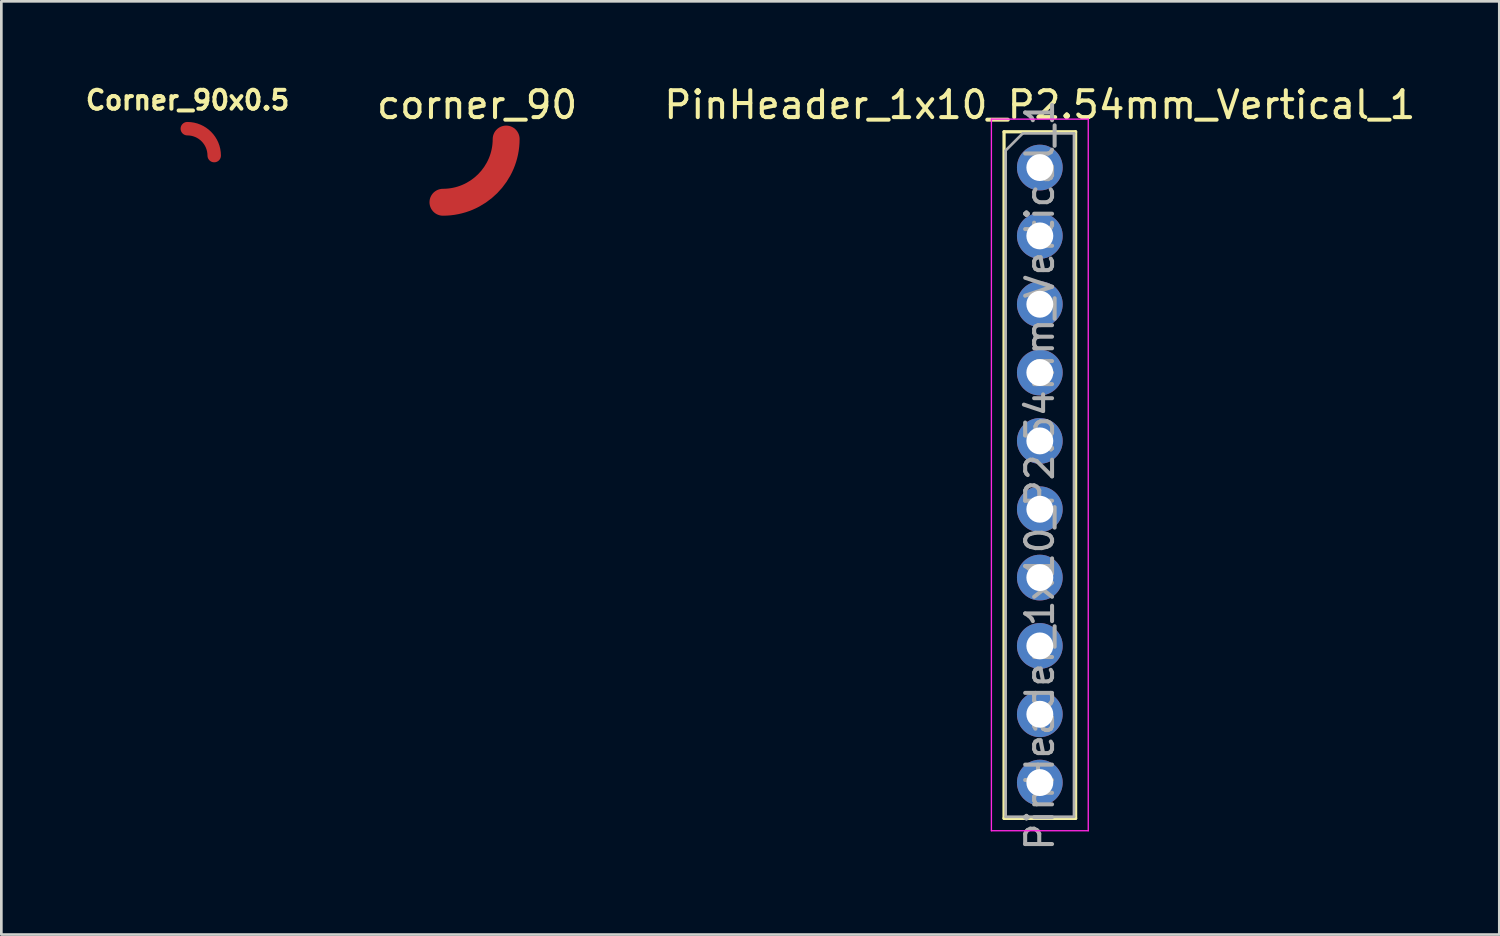
<source format=kicad_pcb>
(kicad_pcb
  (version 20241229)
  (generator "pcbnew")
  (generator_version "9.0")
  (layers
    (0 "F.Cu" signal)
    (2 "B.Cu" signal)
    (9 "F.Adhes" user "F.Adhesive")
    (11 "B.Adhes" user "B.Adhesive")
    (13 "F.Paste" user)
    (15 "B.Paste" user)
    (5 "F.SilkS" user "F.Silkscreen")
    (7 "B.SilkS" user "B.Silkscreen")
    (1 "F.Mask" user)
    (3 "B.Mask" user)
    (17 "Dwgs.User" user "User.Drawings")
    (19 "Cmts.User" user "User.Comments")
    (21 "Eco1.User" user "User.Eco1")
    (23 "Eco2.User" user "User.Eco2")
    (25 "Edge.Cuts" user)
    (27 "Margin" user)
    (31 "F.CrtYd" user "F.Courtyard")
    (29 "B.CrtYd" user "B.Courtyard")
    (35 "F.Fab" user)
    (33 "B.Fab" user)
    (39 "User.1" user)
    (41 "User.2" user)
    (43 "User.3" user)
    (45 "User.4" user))
  (footprint "Corner_90x0.5"
    (layer "F.Cu")
    (at 3.912 2.733)
    (property "Reference" "Corner_90x0.5" (at 0.01 -2.06 0) (layer "F.SilkS") (effects (font (size 0.7 0.7) (thickness 0.15))))
    (attr through_hole)
    (fp_arc (start 0 -1) (mid 0.707107 -0.707107) (end 1 0) (stroke (width 0.5) (type solid)) (layer "F.Cu")))
  (footprint "corner_90"
    (layer "F.Cu")
    (at 13.413 2.118)
    (property "Reference" "corner_90" (at 1.27 -1.27 0) (layer "F.SilkS") (effects (font (size 1 1) (thickness 0.15))))
    (attr through_hole)
    (fp_arc (start 2.35 0) (mid 1.661847 1.661347) (end 0.0005 2.3495) (stroke (width 1) (type solid)) (layer "F.Cu")))
  (footprint "PinHeader_1x10_P2.54mm_Vertical_1"
    (layer "F.Cu")
    (at 35.599 3.178)
    (property "Reference" "PinHeader_1x10_P2.54mm_Vertical_1" (at 0 -2.33 0) (layer "F.SilkS") (effects (font (size 1 1) (thickness 0.15))))
    (attr through_hole)
    (fp_line (start -1.33 -1.33) (end -1.33 24.19) (stroke (width 0.12) (type solid)) (layer "F.SilkS"))
    (fp_line (start -1.33 -1.33) (end 1.33 -1.33) (stroke (width 0.12) (type solid)) (layer "F.SilkS"))
    (fp_line (start -1.33 24.19) (end 1.33 24.19) (stroke (width 0.12) (type solid)) (layer "F.SilkS"))
    (fp_line (start 1.33 -1.33) (end 1.33 24.19) (stroke (width 0.12) (type solid)) (layer "F.SilkS"))
    (fp_line (start -1.8 -1.8) (end -1.8 24.65) (stroke (width 0.05) (type solid)) (layer "F.CrtYd"))
    (fp_line (start -1.8 24.65) (end 1.8 24.65) (stroke (width 0.05) (type solid)) (layer "F.CrtYd"))
    (fp_line (start 1.8 -1.8) (end -1.8 -1.8) (stroke (width 0.05) (type solid)) (layer "F.CrtYd"))
    (fp_line (start 1.8 24.65) (end 1.8 -1.8) (stroke (width 0.05) (type solid)) (layer "F.CrtYd"))
    (fp_line (start -1.27 -0.635) (end -0.635 -1.27) (stroke (width 0.1) (type solid)) (layer "F.Fab"))
    (fp_line (start -1.27 24.13) (end -1.27 -0.635) (stroke (width 0.1) (type solid)) (layer "F.Fab"))
    (fp_line (start -0.635 -1.27) (end 1.27 -1.27) (stroke (width 0.1) (type solid)) (layer "F.Fab"))
    (fp_line (start 1.27 -1.27) (end 1.27 24.13) (stroke (width 0.1) (type solid)) (layer "F.Fab"))
    (fp_line (start 1.27 24.13) (end -1.27 24.13) (stroke (width 0.1) (type solid)) (layer "F.Fab"))
    (fp_text user "${REFERENCE}" (at 0 11.43 90) (layer "F.Fab") (effects (font (size 1 1) (thickness 0.15))))
    (pad "11" thru_hole oval (at 0 22.86) (size 1.7 1.7) (drill 1) (layers "*.Cu" "*.Mask"))
    (pad "12" thru_hole oval (at 0 20.32) (size 1.7 1.7) (drill 1) (layers "*.Cu" "*.Mask"))
    (pad "13" thru_hole oval (at 0 17.78) (size 1.7 1.7) (drill 1) (layers "*.Cu" "*.Mask"))
    (pad "14" thru_hole oval (at 0 15.24) (size 1.7 1.7) (drill 1) (layers "*.Cu" "*.Mask"))
    (pad "15" thru_hole oval (at 0 12.7) (size 1.7 1.7) (drill 1) (layers "*.Cu" "*.Mask"))
    (pad "16" thru_hole oval (at 0 10.16) (size 1.7 1.7) (drill 1) (layers "*.Cu" "*.Mask"))
    (pad "17" thru_hole oval (at 0 7.62) (size 1.7 1.7) (drill 1) (layers "*.Cu" "*.Mask"))
    (pad "18" thru_hole oval (at 0 5.08) (size 1.7 1.7) (drill 1) (layers "*.Cu" "*.Mask"))
    (pad "19" thru_hole oval (at 0 2.54) (size 1.7 1.7) (drill 1) (layers "*.Cu" "*.Mask"))
    (pad "20" thru_hole circle (at 0 0) (size 1.7 1.7) (drill 1) (layers "*.Cu" "*.Mask")))
  (gr_rect
    (start -3 -3)
    (end 52.677 31.686)
    (stroke (width 0.1) (type default))
    (fill no)
    (layer "Edge.Cuts")))
</source>
